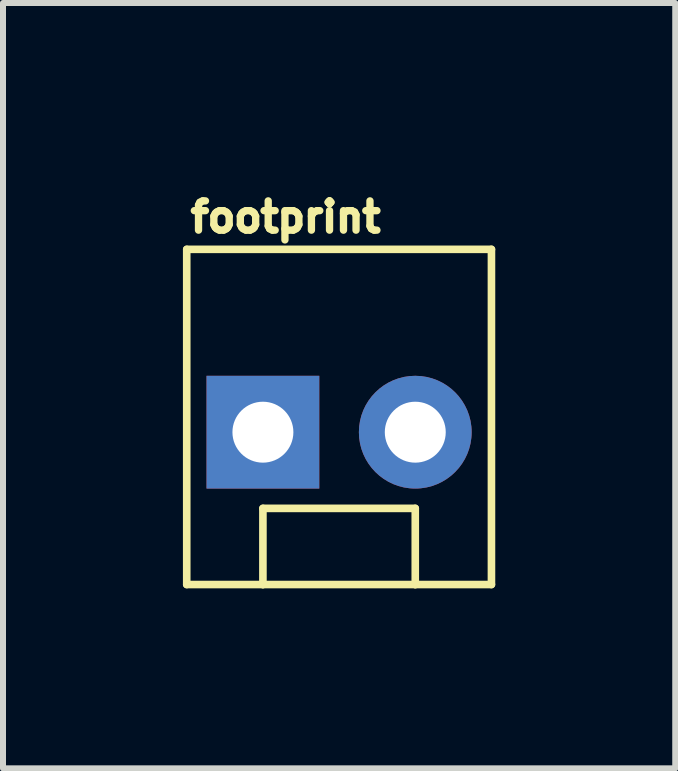
<source format=kicad_pcb>
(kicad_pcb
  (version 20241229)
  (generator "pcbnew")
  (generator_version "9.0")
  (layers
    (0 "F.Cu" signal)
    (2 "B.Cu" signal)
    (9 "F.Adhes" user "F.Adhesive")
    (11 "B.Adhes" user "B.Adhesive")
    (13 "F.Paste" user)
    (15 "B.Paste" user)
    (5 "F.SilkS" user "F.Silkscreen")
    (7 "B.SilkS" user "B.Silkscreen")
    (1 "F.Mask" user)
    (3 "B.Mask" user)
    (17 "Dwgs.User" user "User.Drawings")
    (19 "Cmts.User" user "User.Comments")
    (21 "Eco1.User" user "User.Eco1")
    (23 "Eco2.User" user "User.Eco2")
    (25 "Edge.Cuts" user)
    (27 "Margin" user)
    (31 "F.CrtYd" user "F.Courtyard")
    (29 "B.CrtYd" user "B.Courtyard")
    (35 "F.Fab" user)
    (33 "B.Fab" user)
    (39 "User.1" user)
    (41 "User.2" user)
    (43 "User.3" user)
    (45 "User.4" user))
  (footprint "footprint"
    (layer "F.Cu")
    (at 1.333 4.155)
    (property "Reference" "footprint" (at -1.27 -3.302 0) (layer "F.SilkS") (effects (font (size 0.488 0.488) (thickness 0.122)) (justify left bottom)))
    (fp_line (start -1.27 -3.048) (end -1.27 2.54) (stroke (width 0.127) (type solid)) (layer "F.SilkS"))
    (fp_line (start 0 1.27) (end 2.54 1.27) (stroke (width 0.127) (type solid)) (layer "F.SilkS"))
    (fp_line (start 0 2.54) (end -1.27 2.54) (stroke (width 0.127) (type solid)) (layer "F.SilkS"))
    (fp_line (start 0 2.54) (end 0 1.27) (stroke (width 0.127) (type solid)) (layer "F.SilkS"))
    (fp_line (start 2.54 1.27) (end 2.54 2.54) (stroke (width 0.127) (type solid)) (layer "F.SilkS"))
    (fp_line (start 2.54 2.54) (end 0 2.54) (stroke (width 0.127) (type solid)) (layer "F.SilkS"))
    (fp_line (start 3.81 -3.048) (end -1.27 -3.048) (stroke (width 0.127) (type solid)) (layer "F.SilkS"))
    (fp_line (start 3.81 -3.048) (end 3.81 2.54) (stroke (width 0.127) (type solid)) (layer "F.SilkS"))
    (fp_line (start 3.81 2.54) (end 2.54 2.54) (stroke (width 0.127) (type solid)) (layer "F.SilkS"))
    (pad "1" thru_hole rect (at 0 0) (size 1.88 1.88) (drill 1.016) (layers "*.Cu" "*.Mask"))
    (pad "2" thru_hole circle (at 2.54 0) (size 1.88 1.88) (drill 1.016) (layers "*.Cu" "*.Mask")))
  (gr_rect
    (start -3 -3)
    (end 8.207 9.759)
    (stroke (width 0.1) (type default))
    (fill no)
    (layer "Edge.Cuts")))
</source>
